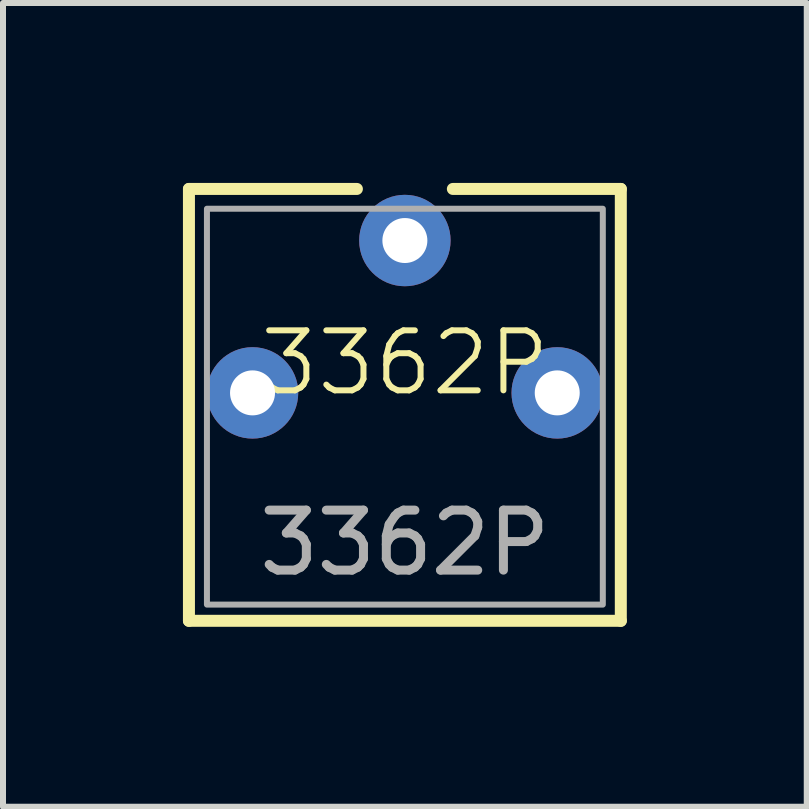
<source format=kicad_pcb>
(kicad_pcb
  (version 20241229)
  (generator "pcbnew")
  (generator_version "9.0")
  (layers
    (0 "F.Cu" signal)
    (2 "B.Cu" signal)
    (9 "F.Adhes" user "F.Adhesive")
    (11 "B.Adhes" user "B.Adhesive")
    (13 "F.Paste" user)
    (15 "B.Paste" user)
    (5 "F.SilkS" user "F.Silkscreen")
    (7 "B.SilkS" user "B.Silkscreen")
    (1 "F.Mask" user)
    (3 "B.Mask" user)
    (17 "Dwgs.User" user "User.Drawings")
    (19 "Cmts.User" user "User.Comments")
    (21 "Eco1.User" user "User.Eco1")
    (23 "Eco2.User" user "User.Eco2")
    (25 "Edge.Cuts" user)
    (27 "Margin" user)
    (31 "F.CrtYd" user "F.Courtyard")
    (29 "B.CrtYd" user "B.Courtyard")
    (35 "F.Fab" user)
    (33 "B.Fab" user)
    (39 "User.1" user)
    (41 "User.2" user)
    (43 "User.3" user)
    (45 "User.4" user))
  (footprint "3362P"
    (layer "F.Cu")
    (at 3.7 3.5)
    (property "Reference" "3362P" (at 0 -0.5 0) (unlocked yes) (layer "F.SilkS") (effects (font (size 1 1) (thickness 0.1))))
    (attr through_hole)
    (fp_line (start -3.6 -3.4) (end -0.8 -3.4) (stroke (width 0.2) (type default)) (layer "F.SilkS"))
    (fp_line (start -3.6 3.8) (end -3.6 -3.4) (stroke (width 0.2) (type default)) (layer "F.SilkS"))
    (fp_line (start 0.8 -3.4) (end 3.6 -3.4) (stroke (width 0.2) (type default)) (layer "F.SilkS"))
    (fp_line (start 3.6 -3.4) (end 3.6 3.8) (stroke (width 0.2) (type default)) (layer "F.SilkS"))
    (fp_line (start 3.6 3.8) (end -3.6 3.8) (stroke (width 0.2) (type default)) (layer "F.SilkS"))
    (fp_rect (start -3.3 -3.07) (end 3.3 3.53) (stroke (width 0.1) (type default)) (fill no) (layer "F.Fab"))
    (fp_text user "${REFERENCE}" (at 0 2.5 0) (unlocked yes) (layer "F.Fab") (effects (font (size 1 1) (thickness 0.15))))
    (pad "1" thru_hole circle (at -2.54 0) (size 1.524 1.524) (drill 0.75) (layers "*.Cu" "*.Mask"))
    (pad "2" thru_hole circle (at 0 -2.54) (size 1.524 1.524) (drill 0.75) (layers "*.Cu" "*.Mask"))
    (pad "3" thru_hole circle (at 2.54 0) (size 1.524 1.524) (drill 0.75) (layers "*.Cu" "*.Mask")))
  (gr_rect
    (start -3 -3)
    (end 10.4 10.4)
    (stroke (width 0.1) (type default))
    (fill no)
    (layer "Edge.Cuts")))
</source>
